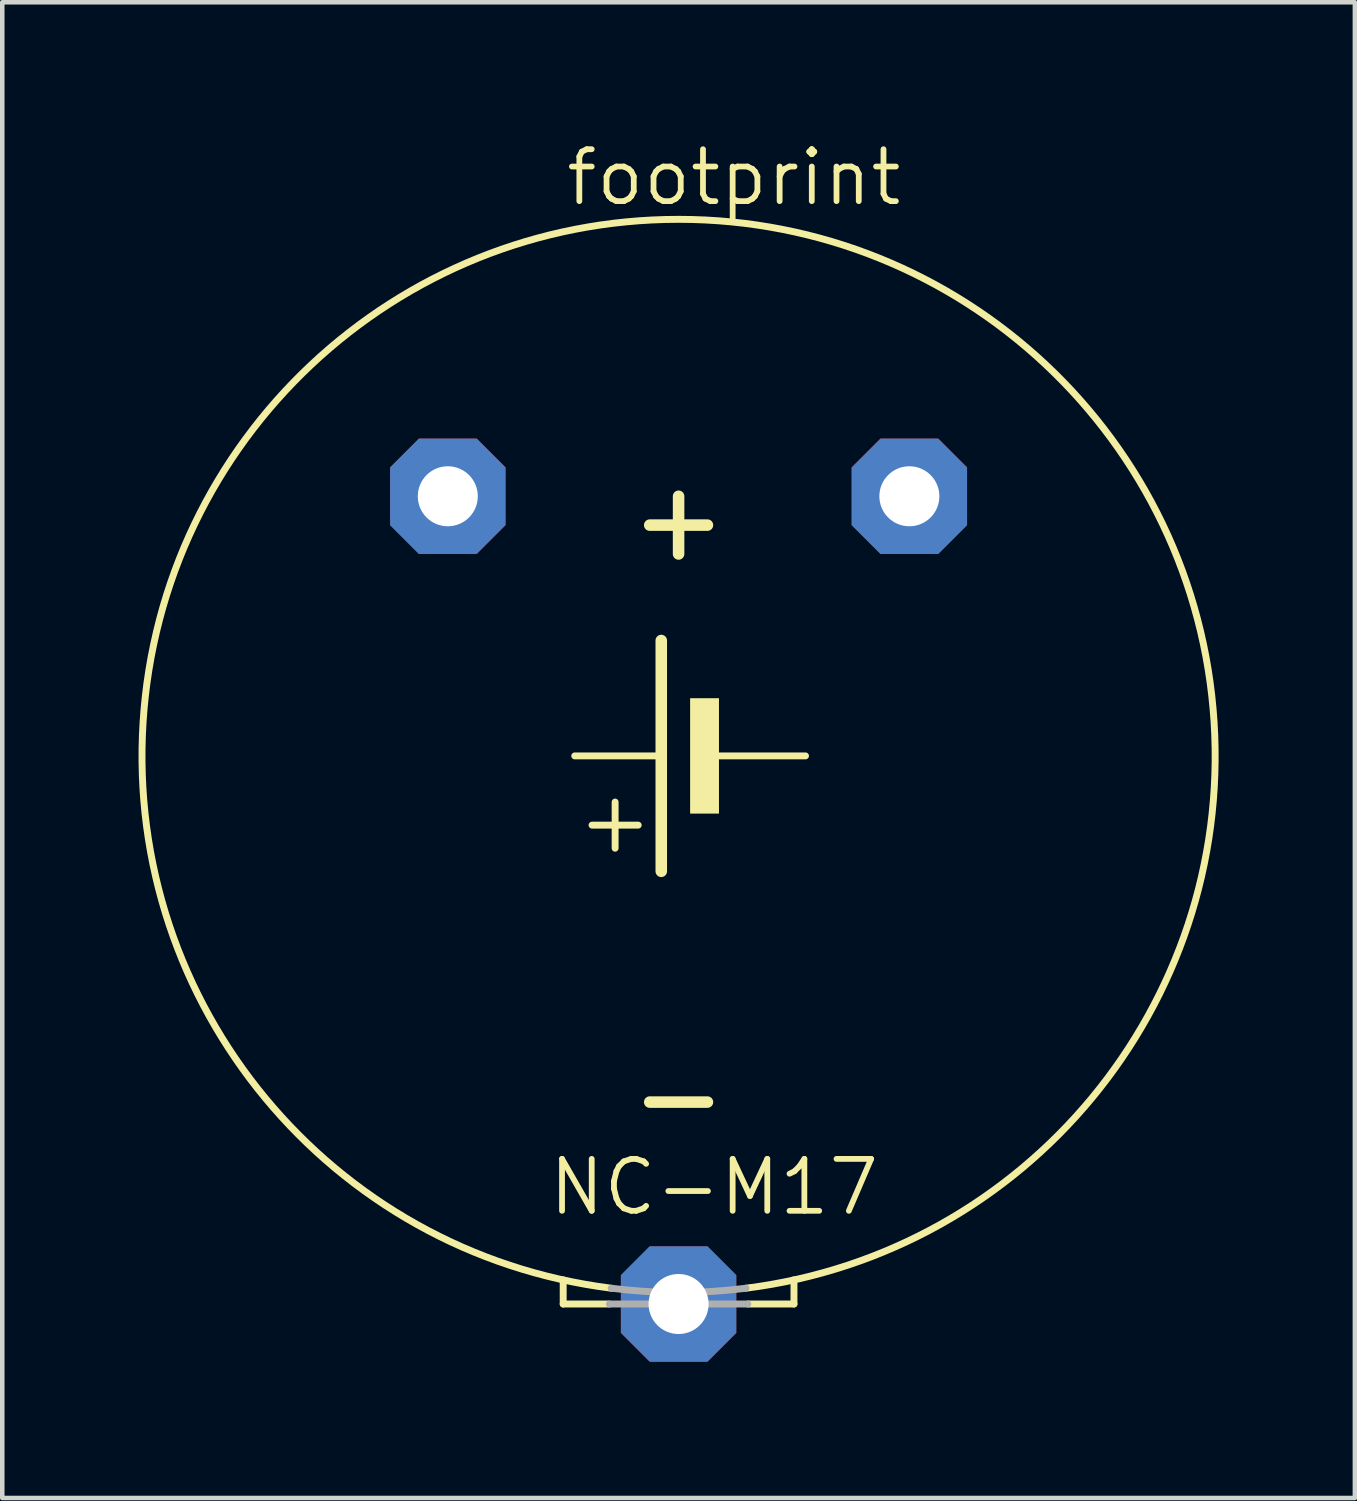
<source format=kicad_pcb>
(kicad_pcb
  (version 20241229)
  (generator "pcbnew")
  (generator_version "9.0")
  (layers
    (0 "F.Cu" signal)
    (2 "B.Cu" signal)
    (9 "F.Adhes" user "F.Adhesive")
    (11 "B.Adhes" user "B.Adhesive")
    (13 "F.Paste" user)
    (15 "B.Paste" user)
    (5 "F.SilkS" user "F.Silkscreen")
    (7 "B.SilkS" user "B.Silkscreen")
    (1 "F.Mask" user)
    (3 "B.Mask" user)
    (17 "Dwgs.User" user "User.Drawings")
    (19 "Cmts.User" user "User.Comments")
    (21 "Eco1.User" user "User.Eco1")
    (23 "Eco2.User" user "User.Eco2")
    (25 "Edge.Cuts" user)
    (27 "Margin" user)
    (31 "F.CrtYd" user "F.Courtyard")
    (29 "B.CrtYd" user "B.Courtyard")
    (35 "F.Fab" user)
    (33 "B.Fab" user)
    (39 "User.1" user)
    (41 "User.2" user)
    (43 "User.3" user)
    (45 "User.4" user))
  (footprint "footprint"
    (layer "F.Cu")
    (at 11.887 13.589)
    (property "Reference" "footprint" (at -2.54 -12.065 0) (layer "F.SilkS") (effects (font (size 1.143 1.143) (thickness 0.127)) (justify left bottom)))
    (fp_line (start -2.54 12.065) (end -2.54 11.535) (stroke (width 0.152) (type solid)) (layer "F.SilkS"))
    (fp_line (start -2.54 12.065) (end -1.524 12.065) (stroke (width 0.152) (type solid)) (layer "F.SilkS"))
    (fp_line (start -1.397 2.032) (end -1.397 1.016) (stroke (width 0.152) (type solid)) (layer "F.SilkS"))
    (fp_line (start -0.889 1.524) (end -1.905 1.524) (stroke (width 0.152) (type solid)) (layer "F.SilkS"))
    (fp_line (start -0.635 -5.08) (end 0.635 -5.08) (stroke (width 0.254) (type solid)) (layer "F.SilkS"))
    (fp_line (start -0.635 7.62) (end 0.635 7.62) (stroke (width 0.254) (type solid)) (layer "F.SilkS"))
    (fp_line (start -0.381 0) (end -2.286 0) (stroke (width 0.152) (type solid)) (layer "F.SilkS"))
    (fp_line (start -0.381 0) (end -0.381 -2.54) (stroke (width 0.254) (type solid)) (layer "F.SilkS"))
    (fp_line (start -0.381 2.54) (end -0.381 0) (stroke (width 0.254) (type solid)) (layer "F.SilkS"))
    (fp_line (start 0 -5.715) (end 0 -4.445) (stroke (width 0.254) (type solid)) (layer "F.SilkS"))
    (fp_line (start 1.524 12.065) (end 2.54 12.065) (stroke (width 0.152) (type solid)) (layer "F.SilkS"))
    (fp_line (start 2.54 12.065) (end 2.54 11.535) (stroke (width 0.152) (type solid)) (layer "F.SilkS"))
    (fp_line (start 2.794 0) (end 0.889 0) (stroke (width 0.152) (type solid)) (layer "F.SilkS"))
    (fp_arc (start -1.4838 11.7174) (mid 0 -11.810975) (end 1.4838 11.7174) (stroke (width 0.1524) (type solid)) (layer "F.SilkS"))
    (fp_poly (pts (xy 0.254 1.27) (xy 0.889 1.27) (xy 0.889 -1.27) (xy 0.254 -1.27)) (stroke (width 0) (type solid)) (fill yes) (layer "F.SilkS"))
    (fp_line (start -1.524 12.065) (end 1.524 12.065) (stroke (width 0.152) (type solid)) (layer "F.Fab"))
    (fp_arc (start 1.4838 11.7174) (mid 0 11.810975) (end -1.4838 11.7174) (stroke (width 0.1524) (type solid)) (layer "F.Fab"))
    (fp_text user "NC-M17" (at -2.921 10.16 0) (layer "F.SilkS") (effects (font (size 1.143 1.143) (thickness 0.127)) (justify left bottom)))
    (pad "+" thru_hole roundrect (at 5.08 -5.715) (size 2.54 2.54) (drill 1.321) (layers "*.Cu" "*.Mask") (roundrect_rratio 0.25) (chamfer_ratio 0.25) (chamfer top_left top_right bottom_left bottom_right))
    (pad "+@1" thru_hole roundrect (at -5.08 -5.715) (size 2.54 2.54) (drill 1.321) (layers "*.Cu" "*.Mask") (roundrect_rratio 0.25) (chamfer_ratio 0.25) (chamfer top_left top_right bottom_left bottom_right))
    (pad "-" thru_hole roundrect (at 0 12.065) (size 2.54 2.54) (drill 1.321) (layers "*.Cu" "*.Mask") (roundrect_rratio 0.25) (chamfer_ratio 0.25) (chamfer top_left top_right bottom_left bottom_right)))
  (gr_rect
    (start -3 -3)
    (end 26.774 29.924)
    (stroke (width 0.1) (type default))
    (fill no)
    (layer "Edge.Cuts")))
</source>
